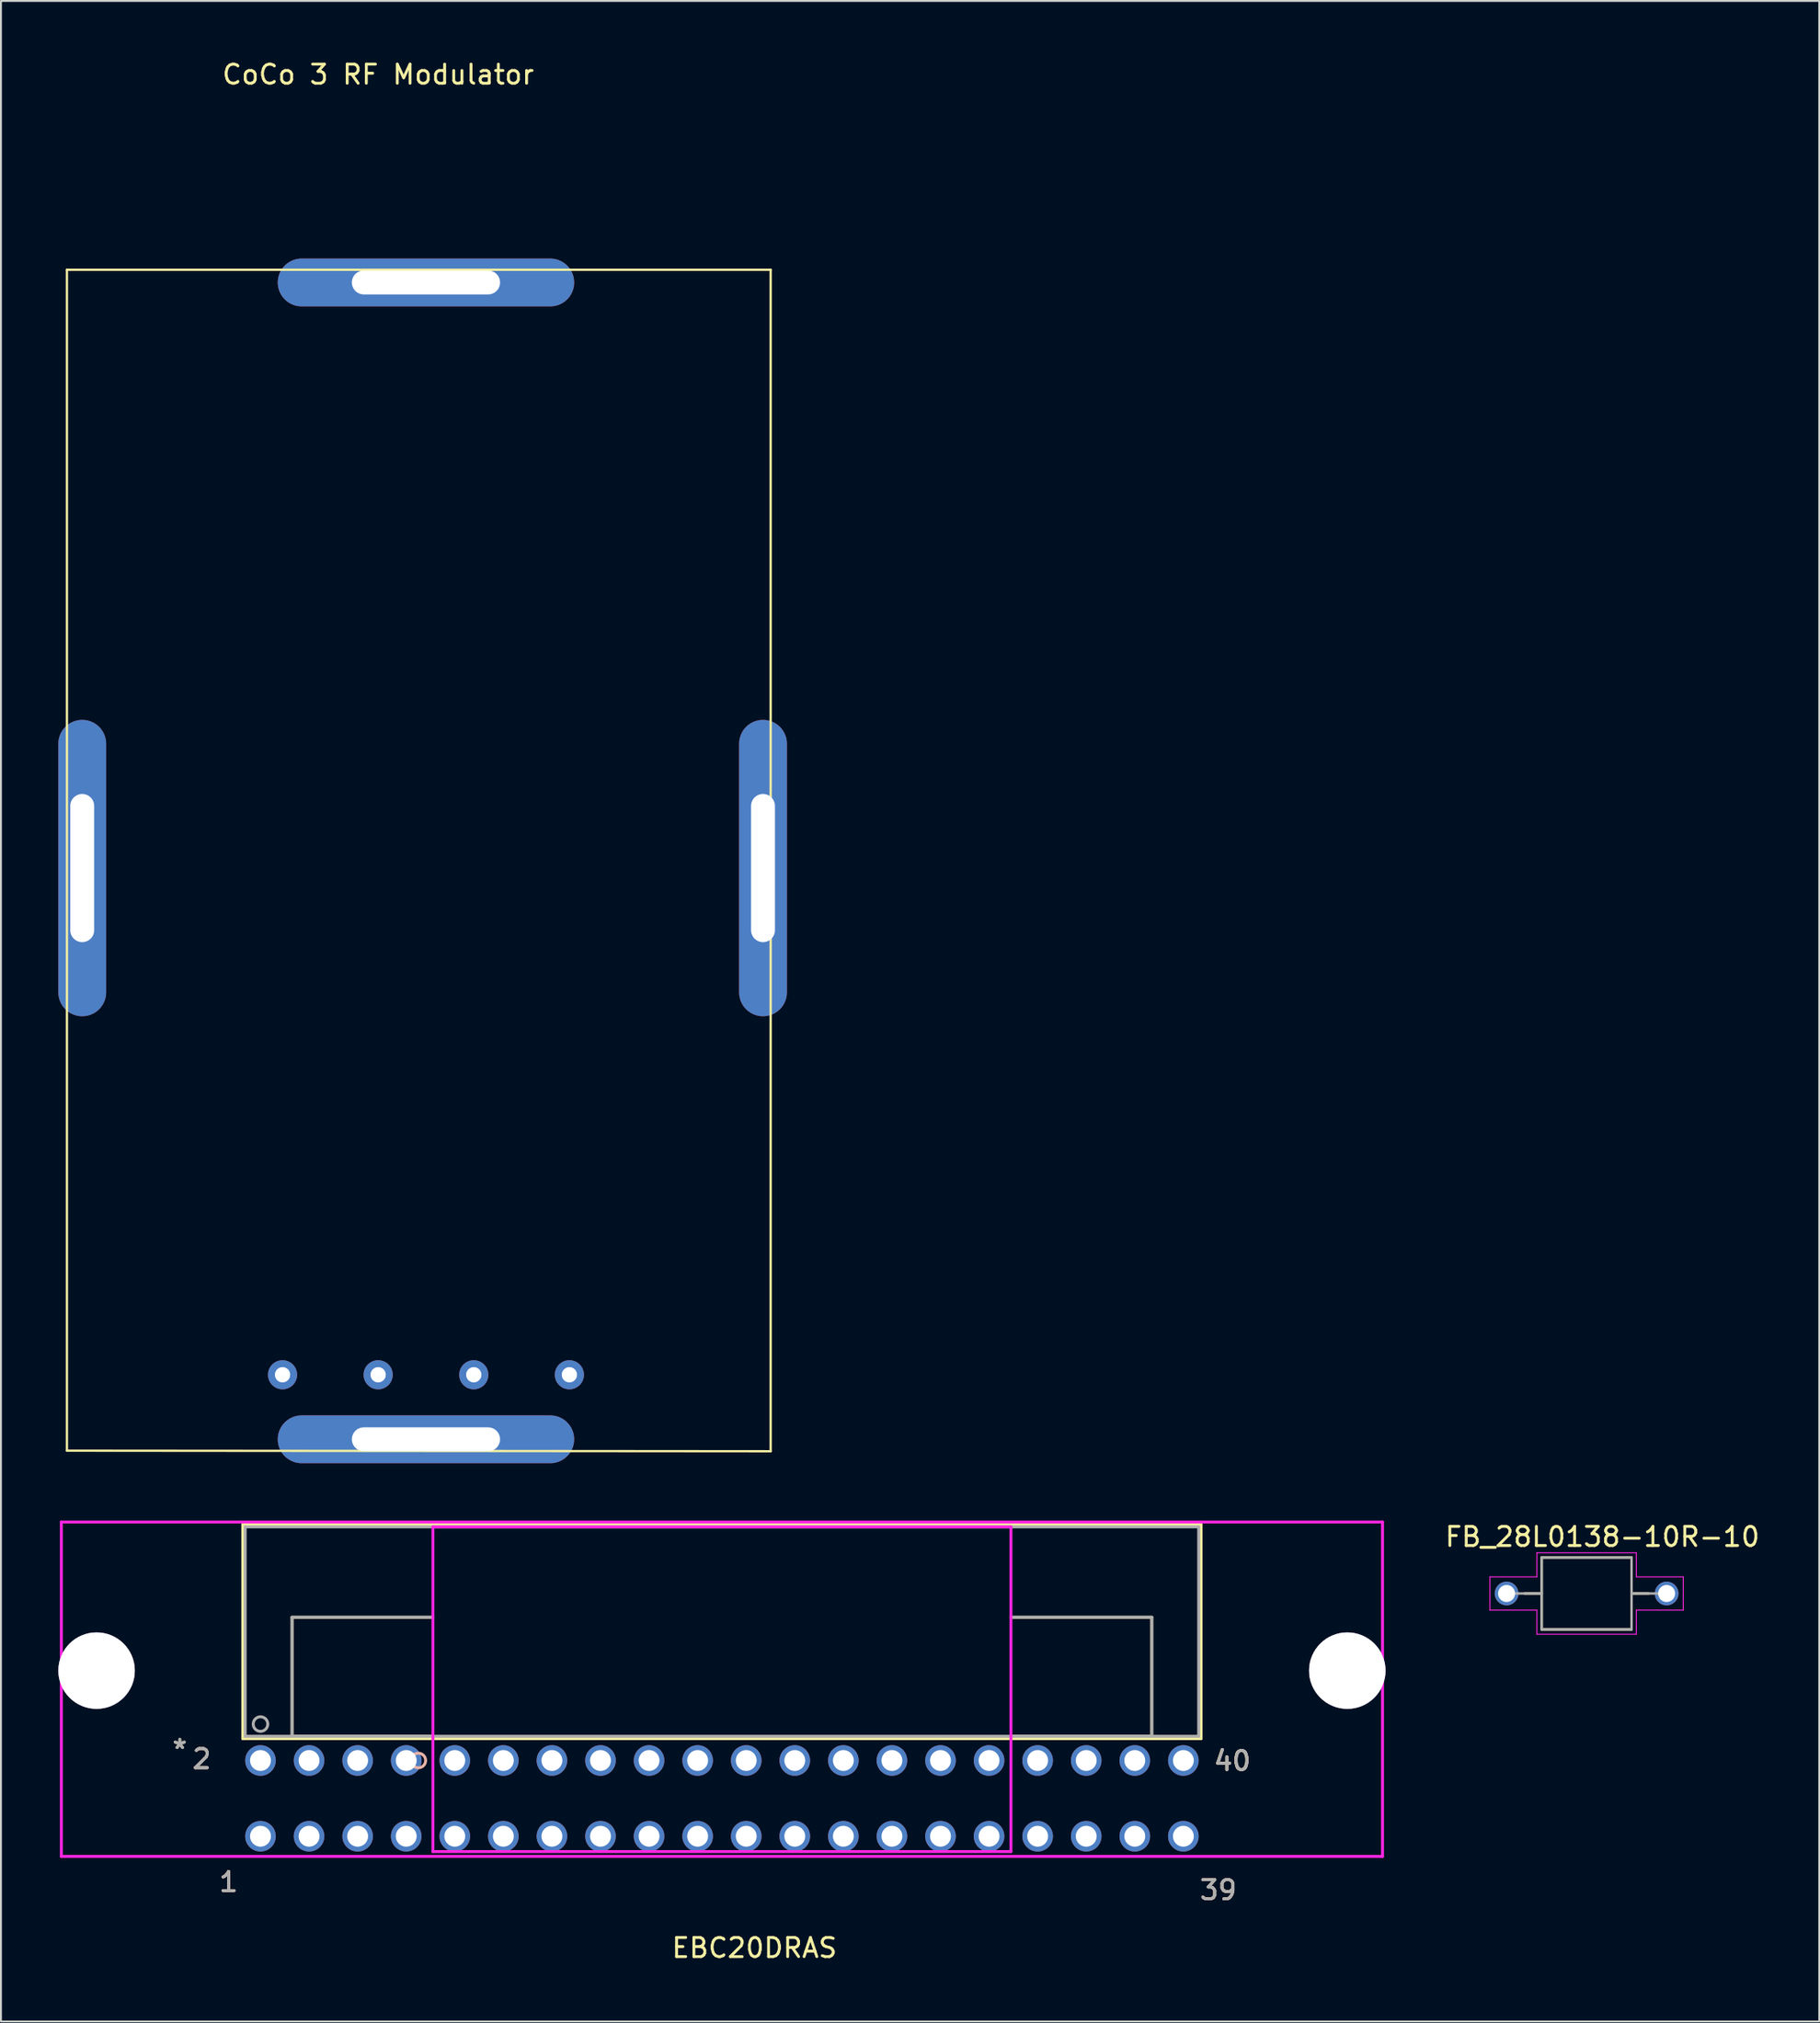
<source format=kicad_pcb>
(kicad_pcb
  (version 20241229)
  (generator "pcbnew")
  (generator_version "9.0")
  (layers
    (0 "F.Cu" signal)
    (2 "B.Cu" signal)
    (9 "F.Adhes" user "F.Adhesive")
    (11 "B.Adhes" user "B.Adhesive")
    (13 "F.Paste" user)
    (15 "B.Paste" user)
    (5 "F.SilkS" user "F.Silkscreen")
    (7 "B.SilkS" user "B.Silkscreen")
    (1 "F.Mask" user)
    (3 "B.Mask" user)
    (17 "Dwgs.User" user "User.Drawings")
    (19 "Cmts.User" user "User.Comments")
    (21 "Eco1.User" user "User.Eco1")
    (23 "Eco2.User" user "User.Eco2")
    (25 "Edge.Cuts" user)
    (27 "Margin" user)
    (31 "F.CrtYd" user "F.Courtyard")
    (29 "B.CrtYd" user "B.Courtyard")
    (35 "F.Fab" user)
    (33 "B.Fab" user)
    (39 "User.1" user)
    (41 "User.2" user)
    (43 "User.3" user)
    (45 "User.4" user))
  (footprint "FB_28L0138-10R-10"
    (layer "F.Cu")
    (at 79.919 80.287)
    (property "Reference" "FB_28L0138-10R-10" (at 0.825 -2.965 0) (layer "F.SilkS") (effects (font (size 1 1) (thickness 0.15))))
    (attr through_hole)
    (fp_line (start -2.35 -1.88) (end -2.35 1.88) (stroke (width 0.127) (type solid)) (layer "F.SilkS"))
    (fp_line (start -2.35 -1.88) (end 2.35 -1.88) (stroke (width 0.127) (type solid)) (layer "F.SilkS"))
    (fp_line (start -2.35 0) (end -3.245 0) (stroke (width 0.127) (type solid)) (layer "F.SilkS"))
    (fp_line (start -2.35 1.88) (end 2.35 1.88) (stroke (width 0.127) (type solid)) (layer "F.SilkS"))
    (fp_line (start 2.35 -1.88) (end 2.35 1.88) (stroke (width 0.127) (type solid)) (layer "F.SilkS"))
    (fp_line (start 2.35 0) (end 3.245 0) (stroke (width 0.127) (type solid)) (layer "F.SilkS"))
    (fp_line (start -5.055 -0.87) (end -5.055 0.87) (stroke (width 0.05) (type solid)) (layer "F.CrtYd"))
    (fp_line (start -2.6 -2.13) (end 2.6 -2.13) (stroke (width 0.05) (type solid)) (layer "F.CrtYd"))
    (fp_line (start -2.6 -0.87) (end -5.055 -0.87) (stroke (width 0.05) (type solid)) (layer "F.CrtYd"))
    (fp_line (start -2.6 -0.87) (end -2.6 -2.13) (stroke (width 0.05) (type solid)) (layer "F.CrtYd"))
    (fp_line (start -2.6 0.87) (end -5.055 0.87) (stroke (width 0.05) (type solid)) (layer "F.CrtYd"))
    (fp_line (start -2.6 0.87) (end -2.6 2.13) (stroke (width 0.05) (type solid)) (layer "F.CrtYd"))
    (fp_line (start -2.6 2.13) (end 2.6 2.13) (stroke (width 0.05) (type solid)) (layer "F.CrtYd"))
    (fp_line (start 2.6 -0.87) (end 2.6 -2.13) (stroke (width 0.05) (type solid)) (layer "F.CrtYd"))
    (fp_line (start 2.6 -0.87) (end 5.055 -0.87) (stroke (width 0.05) (type solid)) (layer "F.CrtYd"))
    (fp_line (start 2.6 0.87) (end 2.6 2.13) (stroke (width 0.05) (type solid)) (layer "F.CrtYd"))
    (fp_line (start 2.6 0.87) (end 5.055 0.87) (stroke (width 0.05) (type solid)) (layer "F.CrtYd"))
    (fp_line (start 5.055 -0.87) (end 5.055 0.87) (stroke (width 0.05) (type solid)) (layer "F.CrtYd"))
    (fp_line (start -2.35 -1.88) (end -2.35 1.88) (stroke (width 0.127) (type solid)) (layer "F.Fab"))
    (fp_line (start -2.35 -1.88) (end 2.35 -1.88) (stroke (width 0.127) (type solid)) (layer "F.Fab"))
    (fp_line (start -2.35 0) (end -4.185 0) (stroke (width 0.127) (type solid)) (layer "F.Fab"))
    (fp_line (start 2.35 -1.88) (end 2.35 1.88) (stroke (width 0.127) (type solid)) (layer "F.Fab"))
    (fp_line (start 2.35 0) (end 4.185 0) (stroke (width 0.127) (type solid)) (layer "F.Fab"))
    (fp_line (start 2.35 1.88) (end -2.35 1.88) (stroke (width 0.127) (type solid)) (layer "F.Fab"))
    (pad "1" thru_hole circle (at -4.185 0) (size 1.24 1.24) (drill 0.89) (layers "*.Cu" "*.Mask"))
    (pad "2" thru_hole circle (at 4.185 0) (size 1.24 1.24) (drill 0.89) (layers "*.Cu" "*.Mask")))
  (footprint "CoCo 3 RF Modulator"
    (layer "F.Cu")
    (at 38.45 8.848)
    (property "Reference" "CoCo 3 RF Modulator" (at -21.725 -8 0) (layer "F.SilkS") (effects (font (size 1 1) (thickness 0.15))))
    (attr through_hole)
    (fp_line (start -38 2.21) (end -1.2 2.21) (stroke (width 0.12) (type solid)) (layer "F.SilkS"))
    (fp_line (start -38 63.97) (end -38 2.21) (stroke (width 0.12) (type solid)) (layer "F.SilkS"))
    (fp_line (start -1.2 2.21) (end -1.2 64) (stroke (width 0.12) (type solid)) (layer "F.SilkS"))
    (fp_line (start -1.2 64) (end -38 63.97) (stroke (width 0.12) (type solid)) (layer "F.SilkS"))
    (pad "1" thru_hole circle (at -26.725 60) (size 1.524 1.524) (drill 0.8) (layers "*.Cu" "*.Mask"))
    (pad "2" thru_hole circle (at -21.725 60) (size 1.524 1.524) (drill 0.8) (layers "*.Cu" "*.Mask"))
    (pad "3" thru_hole circle (at -16.725 60) (size 1.524 1.524) (drill 0.8) (layers "*.Cu" "*.Mask"))
    (pad "4" thru_hole circle (at -11.725 60) (size 1.524 1.524) (drill 0.8) (layers "*.Cu" "*.Mask"))
    (pad "5" thru_hole oval (at -37.2 33.5 90) (size 15.5 2.5) (drill oval 7.75 1.25) (layers "*.Cu" "*.Mask"))
    (pad "5" thru_hole oval (at -19.225 2.875) (size 15.5 2.5) (drill oval 7.75 1.25) (layers "*.Cu" "*.Mask"))
    (pad "5" thru_hole oval (at -19.225 63.375) (size 15.5 2.5) (drill oval 7.75 1.25) (layers "*.Cu" "*.Mask"))
    (pad "5" thru_hole oval (at -1.6 33.5 90) (size 15.5 2.5) (drill oval 7.75 1.25) (layers "*.Cu" "*.Mask")))
  (footprint "EBC20DRAS"
    (layer "F.Cu")
    (at 10.572 89.021)
    (property "Reference" "EBC20DRAS" (at 25.83 9.8 0) (layer "F.SilkS") (effects (font (size 1 1) (thickness 0.15))))
    (attr through_hole)
    (fp_line (start -0.927 -12.344) (end -0.927 -1.143) (stroke (width 0.152) (type solid)) (layer "F.SilkS"))
    (fp_line (start -0.927 -1.143) (end 49.187 -1.143) (stroke (width 0.152) (type solid)) (layer "F.SilkS"))
    (fp_line (start 1.651 -7.493) (end 9.017 -7.493) (stroke (width 0.152) (type solid)) (layer "F.SilkS"))
    (fp_line (start 1.651 -1.27) (end 1.651 -7.493) (stroke (width 0.152) (type solid)) (layer "F.SilkS"))
    (fp_line (start 9.017 -1.27) (end 1.651 -1.27) (stroke (width 0.152) (type solid)) (layer "F.SilkS"))
    (fp_line (start 39.243 -1.27) (end 46.609 -1.27) (stroke (width 0.152) (type solid)) (layer "F.SilkS"))
    (fp_line (start 46.609 -7.493) (end 39.243 -7.493) (stroke (width 0.152) (type solid)) (layer "F.SilkS"))
    (fp_line (start 46.609 -1.27) (end 46.609 -7.493) (stroke (width 0.152) (type solid)) (layer "F.SilkS"))
    (fp_line (start 49.187 -12.344) (end -0.927 -12.344) (stroke (width 0.152) (type solid)) (layer "F.SilkS"))
    (fp_line (start 49.187 -1.143) (end 49.187 -12.344) (stroke (width 0.152) (type solid)) (layer "F.SilkS"))
    (fp_circle (center 8.255 0) (end 8.636 0) (stroke (width 0.152) (type solid)) (fill no) (layer "B.SilkS"))
    (fp_line (start -10.414 -12.471) (end -10.414 5.016) (stroke (width 0.152) (type solid)) (layer "F.CrtYd"))
    (fp_line (start -10.414 5.016) (end 58.674 5.016) (stroke (width 0.152) (type solid)) (layer "F.CrtYd"))
    (fp_line (start 9.017 -12.217) (end 9.017 4.763) (stroke (width 0.152) (type solid)) (layer "F.CrtYd"))
    (fp_line (start 9.017 4.763) (end 39.243 4.763) (stroke (width 0.152) (type solid)) (layer "F.CrtYd"))
    (fp_line (start 39.243 -12.217) (end 9.017 -12.217) (stroke (width 0.152) (type solid)) (layer "F.CrtYd"))
    (fp_line (start 39.243 4.763) (end 39.243 -12.217) (stroke (width 0.152) (type solid)) (layer "F.CrtYd"))
    (fp_line (start 58.674 -12.471) (end -10.414 -12.471) (stroke (width 0.152) (type solid)) (layer "F.CrtYd"))
    (fp_line (start 58.674 5.016) (end 58.674 -12.471) (stroke (width 0.152) (type solid)) (layer "F.CrtYd"))
    (fp_line (start -0.8 -12.217) (end -0.8 -1.27) (stroke (width 0.152) (type solid)) (layer "F.Fab"))
    (fp_line (start -0.8 -1.27) (end 49.06 -1.27) (stroke (width 0.152) (type solid)) (layer "F.Fab"))
    (fp_line (start 1.651 -7.493) (end 9.017 -7.493) (stroke (width 0.152) (type solid)) (layer "F.Fab"))
    (fp_line (start 1.651 -1.27) (end 1.651 -7.493) (stroke (width 0.152) (type solid)) (layer "F.Fab"))
    (fp_line (start 9.017 -1.27) (end 1.651 -1.27) (stroke (width 0.152) (type solid)) (layer "F.Fab"))
    (fp_line (start 39.243 -1.27) (end 46.609 -1.27) (stroke (width 0.152) (type solid)) (layer "F.Fab"))
    (fp_line (start 46.609 -7.493) (end 39.243 -7.493) (stroke (width 0.152) (type solid)) (layer "F.Fab"))
    (fp_line (start 46.609 -1.27) (end 46.609 -7.493) (stroke (width 0.152) (type solid)) (layer "F.Fab"))
    (fp_line (start 49.06 -12.217) (end -0.8 -12.217) (stroke (width 0.152) (type solid)) (layer "F.Fab"))
    (fp_line (start 49.06 -1.27) (end 49.06 -12.217) (stroke (width 0.152) (type solid)) (layer "F.Fab"))
    (fp_circle (center 0 -1.905) (end 0.381 -1.905) (stroke (width 0.152) (type solid)) (fill no) (layer "F.Fab"))
    (fp_text user "1" (at -1.67 6.35 0) (layer "F.SilkS") (effects (font (size 1 1) (thickness 0.15))))
    (fp_text user "40" (at 50.81 0.02 0) (layer "F.SilkS") (effects (font (size 1 1) (thickness 0.15))))
    (fp_text user "2" (at -3.07 -0.08 0) (layer "F.SilkS") (effects (font (size 1 1) (thickness 0.15))))
    (fp_text user "39" (at 50.09 6.78 0) (layer "F.SilkS") (effects (font (size 1 1) (thickness 0.15))))
    (fp_text user "*" (at -4.22 -0.56 0) (layer "F.SilkS") (effects (font (size 1 1) (thickness 0.15))))
    (fp_text user "40" (at 50.83 0.02 0) (layer "B.SilkS") (effects (font (size 1 1) (thickness 0.15))))
    (fp_text user "2" (at -3.07 -0.08 0) (layer "B.SilkS") (effects (font (size 1 1) (thickness 0.15))))
    (fp_text user "1" (at -1.67 6.35 0) (layer "B.SilkS") (effects (font (size 1 1) (thickness 0.15))))
    (fp_text user "39" (at 50.09 6.78 0) (layer "B.SilkS") (effects (font (size 1 1) (thickness 0.15))))
    (fp_text user "Copyright 2016 Accelerated Designs. All rights reserved." (at 0 0 0) (layer "Cmts.User") (effects (font (size 0.127 0.127) (thickness 0.002))))
    (fp_text user "1" (at -1.67 6.35 0) (layer "F.Fab") (effects (font (size 1 1) (thickness 0.15))))
    (fp_text user "40" (at 50.83 0.02 0) (layer "F.Fab") (effects (font (size 1 1) (thickness 0.15))))
    (fp_text user "2" (at -3.07 -0.08 0) (layer "F.Fab") (effects (font (size 1 1) (thickness 0.15))))
    (fp_text user "*" (at -4.22 -0.56 0) (layer "F.Fab") (effects (font (size 1 1) (thickness 0.15))))
    (fp_text user "39" (at 50.09 6.78 0) (layer "F.Fab") (effects (font (size 1 1) (thickness 0.15))))
    (pad "" thru_hole circle (at -8.572 -4.699) (size 4 4) (drill 4) (layers "*.Cu" "*.Mask"))
    (pad "" thru_hole circle (at 56.833 -4.699) (size 4 4) (drill 4) (layers "*.Cu" "*.Mask"))
    (pad "1" thru_hole circle (at 0 3.962) (size 1.6 1.6) (drill 1.092) (layers "*.Cu" "*.Mask"))
    (pad "2" thru_hole circle (at 0 0) (size 1.6 1.6) (drill 1.092) (layers "*.Cu" "*.Mask"))
    (pad "3" thru_hole circle (at 2.54 3.962) (size 1.6 1.6) (drill 1.092) (layers "*.Cu" "*.Mask"))
    (pad "4" thru_hole circle (at 2.54 0) (size 1.6 1.6) (drill 1.092) (layers "*.Cu" "*.Mask"))
    (pad "5" thru_hole circle (at 5.08 3.962) (size 1.6 1.6) (drill 1.092) (layers "*.Cu" "*.Mask"))
    (pad "6" thru_hole circle (at 5.08 0) (size 1.6 1.6) (drill 1.092) (layers "*.Cu" "*.Mask"))
    (pad "7" thru_hole circle (at 7.62 3.962) (size 1.6 1.6) (drill 1.092) (layers "*.Cu" "*.Mask"))
    (pad "8" thru_hole circle (at 7.62 0) (size 1.6 1.6) (drill 1.092) (layers "*.Cu" "*.Mask"))
    (pad "9" thru_hole circle (at 10.16 3.962) (size 1.6 1.6) (drill 1.092) (layers "*.Cu" "*.Mask"))
    (pad "10" thru_hole circle (at 10.16 0) (size 1.6 1.6) (drill 1.092) (layers "*.Cu" "*.Mask"))
    (pad "11" thru_hole circle (at 12.7 3.962) (size 1.6 1.6) (drill 1.092) (layers "*.Cu" "*.Mask"))
    (pad "12" thru_hole circle (at 12.7 0) (size 1.6 1.6) (drill 1.092) (layers "*.Cu" "*.Mask"))
    (pad "13" thru_hole circle (at 15.24 3.962) (size 1.6 1.6) (drill 1.092) (layers "*.Cu" "*.Mask"))
    (pad "14" thru_hole circle (at 15.24 0) (size 1.6 1.6) (drill 1.092) (layers "*.Cu" "*.Mask"))
    (pad "15" thru_hole circle (at 17.78 3.962) (size 1.6 1.6) (drill 1.092) (layers "*.Cu" "*.Mask"))
    (pad "16" thru_hole circle (at 17.78 0) (size 1.6 1.6) (drill 1.092) (layers "*.Cu" "*.Mask"))
    (pad "17" thru_hole circle (at 20.32 3.962) (size 1.6 1.6) (drill 1.092) (layers "*.Cu" "*.Mask"))
    (pad "18" thru_hole circle (at 20.32 0) (size 1.6 1.6) (drill 1.092) (layers "*.Cu" "*.Mask"))
    (pad "19" thru_hole circle (at 22.86 3.962) (size 1.6 1.6) (drill 1.092) (layers "*.Cu" "*.Mask"))
    (pad "20" thru_hole circle (at 22.86 0) (size 1.6 1.6) (drill 1.092) (layers "*.Cu" "*.Mask"))
    (pad "21" thru_hole circle (at 25.4 3.962) (size 1.6 1.6) (drill 1.092) (layers "*.Cu" "*.Mask"))
    (pad "22" thru_hole circle (at 25.4 0) (size 1.6 1.6) (drill 1.092) (layers "*.Cu" "*.Mask"))
    (pad "23" thru_hole circle (at 27.94 3.962) (size 1.6 1.6) (drill 1.092) (layers "*.Cu" "*.Mask"))
    (pad "24" thru_hole circle (at 27.94 0) (size 1.6 1.6) (drill 1.092) (layers "*.Cu" "*.Mask"))
    (pad "25" thru_hole circle (at 30.48 3.962) (size 1.6 1.6) (drill 1.092) (layers "*.Cu" "*.Mask"))
    (pad "26" thru_hole circle (at 30.48 0) (size 1.6 1.6) (drill 1.092) (layers "*.Cu" "*.Mask"))
    (pad "27" thru_hole circle (at 33.02 3.962) (size 1.6 1.6) (drill 1.092) (layers "*.Cu" "*.Mask"))
    (pad "28" thru_hole circle (at 33.02 0) (size 1.6 1.6) (drill 1.092) (layers "*.Cu" "*.Mask"))
    (pad "29" thru_hole circle (at 35.56 3.962) (size 1.6 1.6) (drill 1.092) (layers "*.Cu" "*.Mask"))
    (pad "30" thru_hole circle (at 35.56 0) (size 1.6 1.6) (drill 1.092) (layers "*.Cu" "*.Mask"))
    (pad "31" thru_hole circle (at 38.1 3.962) (size 1.6 1.6) (drill 1.092) (layers "*.Cu" "*.Mask"))
    (pad "32" thru_hole circle (at 38.1 0) (size 1.6 1.6) (drill 1.092) (layers "*.Cu" "*.Mask"))
    (pad "33" thru_hole circle (at 40.64 3.962) (size 1.6 1.6) (drill 1.092) (layers "*.Cu" "*.Mask"))
    (pad "34" thru_hole circle (at 40.64 0) (size 1.6 1.6) (drill 1.092) (layers "*.Cu" "*.Mask"))
    (pad "35" thru_hole circle (at 43.18 3.962) (size 1.6 1.6) (drill 1.092) (layers "*.Cu" "*.Mask"))
    (pad "36" thru_hole circle (at 43.18 0) (size 1.6 1.6) (drill 1.092) (layers "*.Cu" "*.Mask"))
    (pad "37" thru_hole circle (at 45.72 3.962) (size 1.6 1.6) (drill 1.092) (layers "*.Cu" "*.Mask"))
    (pad "38" thru_hole circle (at 45.72 0) (size 1.6 1.6) (drill 1.092) (layers "*.Cu" "*.Mask"))
    (pad "39" thru_hole circle (at 48.26 3.962) (size 1.6 1.6) (drill 1.092) (layers "*.Cu" "*.Mask"))
    (pad "40" thru_hole circle (at 48.26 0) (size 1.6 1.6) (drill 1.092) (layers "*.Cu" "*.Mask")))
  (gr_rect
    (start -3 -3)
    (end 92.084 102.669)
    (stroke (width 0.1) (type default))
    (fill no)
    (layer "Edge.Cuts")))
</source>
